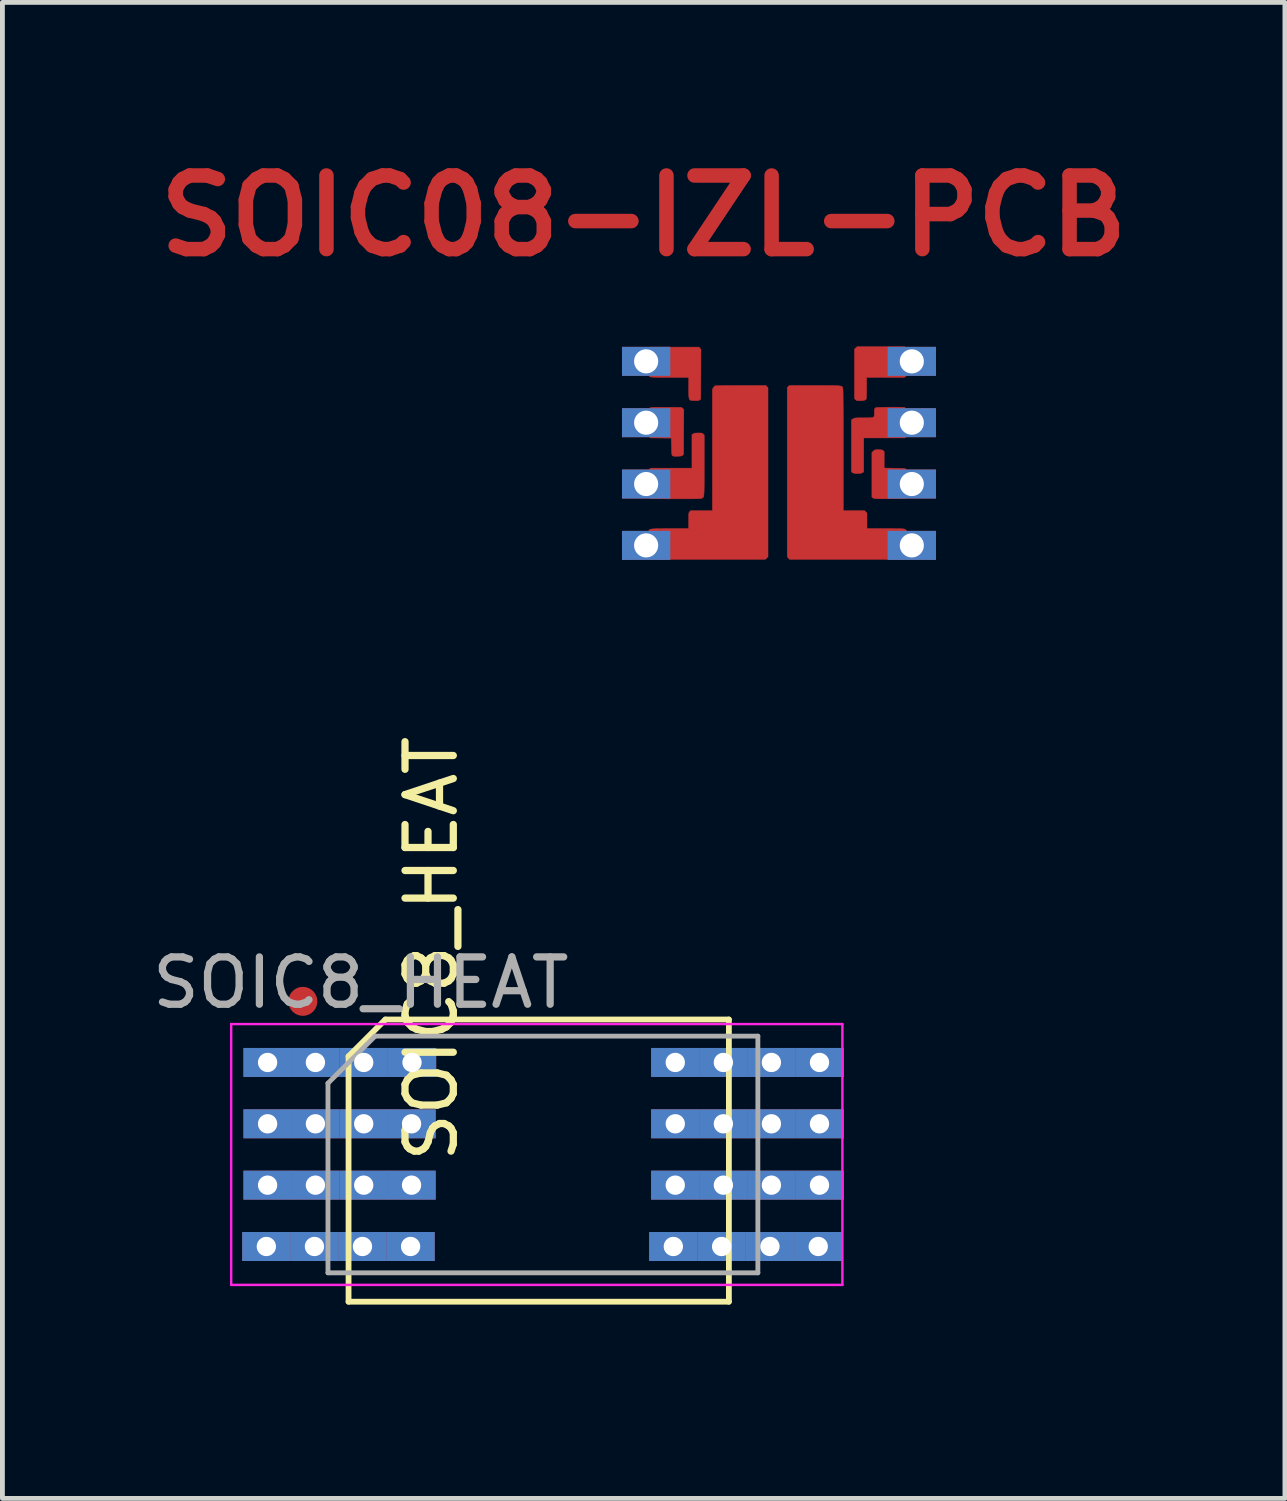
<source format=kicad_pcb>
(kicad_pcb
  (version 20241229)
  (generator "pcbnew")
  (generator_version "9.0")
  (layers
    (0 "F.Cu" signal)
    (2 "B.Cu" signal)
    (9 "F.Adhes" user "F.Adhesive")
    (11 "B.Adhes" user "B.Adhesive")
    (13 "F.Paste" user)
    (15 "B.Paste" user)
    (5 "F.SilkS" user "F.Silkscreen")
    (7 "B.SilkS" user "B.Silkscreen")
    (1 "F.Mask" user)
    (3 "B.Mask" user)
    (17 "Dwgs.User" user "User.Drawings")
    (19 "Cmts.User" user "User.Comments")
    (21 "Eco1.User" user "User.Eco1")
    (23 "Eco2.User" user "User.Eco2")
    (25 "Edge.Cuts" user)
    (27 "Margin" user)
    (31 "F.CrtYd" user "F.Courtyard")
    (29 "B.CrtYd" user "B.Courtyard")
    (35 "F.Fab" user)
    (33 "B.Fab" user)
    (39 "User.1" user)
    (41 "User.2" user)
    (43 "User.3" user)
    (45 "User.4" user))
  (footprint "SOIC8_HEAT"
    (layer "F.Cu")
    (at 5.69 20.851)
    (property "Reference" "SOIC8_HEAT" (at 0.19 -4.26 270) (layer "F.SilkS") (effects (font (size 1 1) (thickness 0.15))))
    (attr smd)
    (fp_circle (center -2.47 -3.17) (end -2.32 -3.17) (stroke (width 0.3) (type solid)) (fill no) (layer "F.Cu"))
    (fp_poly (pts (xy -3.89 -3.55) (xy 8.84 -3.57) (xy 8.84 4.05) (xy -3.89 4.07)) (stroke (width 0.1) (type solid)) (fill yes) (layer "F.Mask"))
    (fp_poly (pts (xy -3.89 -3.57) (xy 8.83 -3.57) (xy 8.83 4.05) (xy -3.89 4.05)) (stroke (width 0.1) (type solid)) (fill yes) (layer "B.Mask"))
    (fp_line (start -1.524 3.048) (end -1.524 -2.032) (stroke (width 0.12) (type solid)) (layer "F.SilkS"))
    (fp_line (start -0.762 -2.794) (end -1.524 -2.032) (stroke (width 0.12) (type solid)) (layer "F.SilkS"))
    (fp_line (start 6.35 -2.794) (end -0.762 -2.794) (stroke (width 0.12) (type solid)) (layer "F.SilkS"))
    (fp_line (start 6.35 3.048) (end -1.524 3.048) (stroke (width 0.12) (type solid)) (layer "F.SilkS"))
    (fp_line (start 6.35 3.048) (end 6.35 -2.794) (stroke (width 0.12) (type solid)) (layer "F.SilkS"))
    (fp_line (start -3.954 -2.7) (end -3.954 2.7) (stroke (width 0.05) (type solid)) (layer "F.CrtYd"))
    (fp_line (start -3.954 2.7) (end 8.7 2.7) (stroke (width 0.05) (type solid)) (layer "F.CrtYd"))
    (fp_line (start 8.7 -2.7) (end -3.954 -2.7) (stroke (width 0.05) (type solid)) (layer "F.CrtYd"))
    (fp_line (start 8.7 2.7) (end 8.7 -2.7) (stroke (width 0.05) (type solid)) (layer "F.CrtYd"))
    (fp_line (start -1.95 -1.475) (end -0.975 -2.45) (stroke (width 0.1) (type solid)) (layer "F.Fab"))
    (fp_line (start -1.95 2.45) (end -1.95 -1.475) (stroke (width 0.1) (type solid)) (layer "F.Fab"))
    (fp_line (start -0.975 -2.45) (end 6.95 -2.45) (stroke (width 0.1) (type solid)) (layer "F.Fab"))
    (fp_line (start 6.95 -2.45) (end 6.95 2.45) (stroke (width 0.1) (type solid)) (layer "F.Fab"))
    (fp_line (start 6.95 2.45) (end -1.95 2.45) (stroke (width 0.1) (type solid)) (layer "F.Fab"))
    (fp_text user "${REFERENCE}" (at -1.27 -3.556 0) (layer "F.Fab") (effects (font (size 0.98 0.98) (thickness 0.15))))
    (pad "1" thru_hole rect (at -3.2 -1.905 90) (size 0.6 1) (drill 0.4) (layers "*.Cu" "*.Mask"))
    (pad "1" thru_hole rect (at -2.21 -1.905 90) (size 0.6 1) (drill 0.4) (layers "*.Cu" "*.Mask"))
    (pad "1" thru_hole rect (at -1.21 -1.905 90) (size 0.6 1) (drill 0.4) (layers "*.Cu" "*.Mask"))
    (pad "1" thru_hole rect (at -0.21 -1.905 90) (size 0.6 1) (drill 0.4) (layers "*.Cu" "*.Mask"))
    (pad "2" thru_hole rect (at -3.2 -0.635 90) (size 0.6 1) (drill 0.4) (layers "*.Cu" "*.Mask"))
    (pad "2" thru_hole rect (at -2.21 -0.635 90) (size 0.6 1) (drill 0.4) (layers "*.Cu" "*.Mask"))
    (pad "2" thru_hole rect (at -1.21 -0.635 90) (size 0.6 1) (drill 0.4) (layers "*.Cu" "*.Mask"))
    (pad "2" thru_hole rect (at -0.22 -0.635 90) (size 0.6 1) (drill 0.4) (layers "*.Cu" "*.Mask"))
    (pad "3" thru_hole rect (at -3.2 0.635 90) (size 0.6 1) (drill 0.4) (layers "*.Cu" "*.Mask"))
    (pad "3" thru_hole rect (at -2.21 0.635 90) (size 0.6 1) (drill 0.4) (layers "*.Cu" "*.Mask"))
    (pad "3" thru_hole rect (at -1.21 0.635 90) (size 0.6 1) (drill 0.4) (layers "*.Cu" "*.Mask"))
    (pad "3" thru_hole rect (at -0.22 0.635 90) (size 0.6 1) (drill 0.4) (layers "*.Cu" "*.Mask"))
    (pad "4" thru_hole rect (at -3.226 1.905 90) (size 0.6 1) (drill 0.4) (layers "*.Cu" "*.Mask"))
    (pad "4" thru_hole rect (at -2.23 1.905 90) (size 0.6 1) (drill 0.4) (layers "*.Cu" "*.Mask"))
    (pad "4" thru_hole rect (at -1.236 1.905 90) (size 0.6 1) (drill 0.4) (layers "*.Cu" "*.Mask"))
    (pad "4" thru_hole rect (at -0.24 1.905 90) (size 0.6 1) (drill 0.4) (layers "*.Cu" "*.Mask"))
    (pad "5" thru_hole rect (at 5.2 1.905 90) (size 0.6 1) (drill 0.4) (layers "*.Cu" "*.Mask"))
    (pad "5" thru_hole rect (at 6.2 1.905 90) (size 0.6 1) (drill 0.4) (layers "*.Cu" "*.Mask"))
    (pad "5" thru_hole rect (at 7.2 1.905 90) (size 0.6 1) (drill 0.4) (layers "*.Cu" "*.Mask"))
    (pad "5" thru_hole rect (at 8.2 1.905 90) (size 0.6 1) (drill 0.4) (layers "*.Cu" "*.Mask"))
    (pad "6" thru_hole rect (at 5.24 0.635 90) (size 0.6 1) (drill 0.4) (layers "*.Cu" "*.Mask"))
    (pad "6" thru_hole rect (at 6.236 0.635 90) (size 0.6 1) (drill 0.4) (layers "*.Cu" "*.Mask"))
    (pad "6" thru_hole rect (at 7.23 0.635 90) (size 0.6 1) (drill 0.4) (layers "*.Cu" "*.Mask"))
    (pad "6" thru_hole rect (at 8.226 0.635 90) (size 0.6 1) (drill 0.4) (layers "*.Cu" "*.Mask"))
    (pad "7" thru_hole rect (at 5.24 -0.635 90) (size 0.6 1) (drill 0.4) (layers "*.Cu" "*.Mask"))
    (pad "7" thru_hole rect (at 6.236 -0.635 90) (size 0.6 1) (drill 0.4) (layers "*.Cu" "*.Mask"))
    (pad "7" thru_hole rect (at 7.23 -0.635 90) (size 0.6 1) (drill 0.4) (layers "*.Cu" "*.Mask"))
    (pad "7" thru_hole rect (at 8.226 -0.635 90) (size 0.6 1) (drill 0.4) (layers "*.Cu" "*.Mask"))
    (pad "8" thru_hole rect (at 5.24 -1.905 90) (size 0.6 1) (drill 0.4) (layers "*.Cu" "*.Mask"))
    (pad "8" thru_hole rect (at 6.236 -1.905 90) (size 0.6 1) (drill 0.4) (layers "*.Cu" "*.Mask"))
    (pad "8" thru_hole rect (at 7.23 -1.905 90) (size 0.6 1) (drill 0.4) (layers "*.Cu" "*.Mask"))
    (pad "8" thru_hole rect (at 8.226 -1.905 90) (size 0.6 1) (drill 0.4) (layers "*.Cu" "*.Mask")))
  (footprint "SOIC08-IZL-PCB"
    (layer "F.Cu")
    (at 10.378 8.835)
    (property "Reference" "SOIC08-IZL-PCB" (at -0.102 -7.417 0) (layer "F.Cu") (effects (font (size 1.524 1.524) (thickness 0.3))))
    (attr through_hole)
    (fp_poly (pts (xy 5.323 -4.687) (xy 5.347 -4.667) (xy 5.347 -4.113) (xy 5.296 -4.073) (xy 4.904 -4.073) (xy 4.513 -4.072) (xy 4.513 -3.857) (xy 4.513 -3.798) (xy 4.512 -3.744) (xy 4.511 -3.697) (xy 4.51 -3.661) (xy 4.509 -3.637) (xy 4.507 -3.628) (xy 4.493 -3.61) (xy 4.465 -3.598) (xy 4.422 -3.591) (xy 4.379 -3.59) (xy 4.343 -3.59) (xy 4.319 -3.592) (xy 4.303 -3.596) (xy 4.292 -3.604) (xy 4.283 -3.612) (xy 4.263 -3.634) (xy 4.263 -4.658) (xy 4.318 -4.707) (xy 4.809 -4.707) (xy 5.299 -4.707) (xy 5.323 -4.687)) (stroke (width 0.01) (type solid)) (fill yes) (layer "F.Cu"))
    (fp_poly (pts (xy 0.338 -3.453) (xy 0.391 -3.453) (xy 0.684 -3.45) (xy 0.707 -3.429) (xy 0.729 -3.409) (xy 0.726 -2.945) (xy 0.724 -2.481) (xy 0.705 -2.462) (xy 0.694 -2.453) (xy 0.681 -2.447) (xy 0.661 -2.443) (xy 0.632 -2.441) (xy 0.599 -2.44) (xy 0.555 -2.439) (xy 0.526 -2.441) (xy 0.506 -2.444) (xy 0.495 -2.45) (xy 0.49 -2.455) (xy 0.485 -2.463) (xy 0.482 -2.475) (xy 0.48 -2.495) (xy 0.478 -2.524) (xy 0.476 -2.565) (xy 0.475 -2.619) (xy 0.474 -2.639) (xy 0.47 -2.815) (xy 0.253 -2.817) (xy 0.037 -2.82) (xy 0.016 -2.841) (xy -0.004 -2.863) (xy -0.007 -3.125) (xy -0.007 -3.199) (xy -0.008 -3.258) (xy -0.008 -3.304) (xy -0.007 -3.338) (xy -0.006 -3.364) (xy -0.004 -3.382) (xy -0.001 -3.395) (xy 0.002 -3.405) (xy 0.007 -3.414) (xy 0.009 -3.416) (xy 0.025 -3.437) (xy 0.046 -3.447) (xy 0.062 -3.45) (xy 0.079 -3.451) (xy 0.11 -3.452) (xy 0.154 -3.453) (xy 0.208 -3.453) (xy 0.27 -3.453) (xy 0.338 -3.453)) (stroke (width 0.01) (type solid)) (fill yes) (layer "F.Cu"))
    (fp_poly (pts (xy 1.063 -4.676) (xy 1.084 -4.654) (xy 1.079 -3.623) (xy 1.058 -3.607) (xy 1.045 -3.598) (xy 1.027 -3.593) (xy 1 -3.591) (xy 0.961 -3.591) (xy 0.961 -3.591) (xy 0.925 -3.592) (xy 0.893 -3.594) (xy 0.871 -3.598) (xy 0.867 -3.6) (xy 0.856 -3.606) (xy 0.847 -3.615) (xy 0.841 -3.629) (xy 0.836 -3.649) (xy 0.833 -3.678) (xy 0.831 -3.717) (xy 0.83 -3.769) (xy 0.83 -3.835) (xy 0.83 -3.861) (xy 0.83 -4.072) (xy 0.445 -4.072) (xy 0.345 -4.073) (xy 0.261 -4.073) (xy 0.191 -4.074) (xy 0.136 -4.075) (xy 0.094 -4.076) (xy 0.064 -4.078) (xy 0.045 -4.081) (xy 0.038 -4.083) (xy 0.025 -4.089) (xy 0.015 -4.097) (xy 0.008 -4.108) (xy 0.002 -4.124) (xy -0.003 -4.148) (xy -0.005 -4.179) (xy -0.007 -4.222) (xy -0.008 -4.276) (xy -0.008 -4.345) (xy -0.008 -4.392) (xy -0.008 -4.464) (xy -0.008 -4.522) (xy -0.008 -4.566) (xy -0.006 -4.6) (xy -0.005 -4.624) (xy -0.003 -4.642) (xy 0.000412 -4.655) (xy 0.004 -4.664) (xy 0.008 -4.671) (xy 0.025 -4.699) (xy 1.042 -4.699) (xy 1.063 -4.676)) (stroke (width 0.01) (type solid)) (fill yes) (layer "F.Cu"))
    (fp_poly (pts (xy 2.451 -3.88) (xy 2.472 -3.857) (xy 2.472 -0.359) (xy 2.416 -0.305) (xy 0.043 -0.305) (xy 0.02 -0.325) (xy -0.004 -0.346) (xy -0.007 -0.598) (xy -0.007 -0.687) (xy -0.007 -0.76) (xy -0.006 -0.816) (xy -0.004 -0.856) (xy -0.001 -0.88) (xy -0.000206 -0.883) (xy 0.004 -0.895) (xy 0.008 -0.906) (xy 0.015 -0.915) (xy 0.024 -0.922) (xy 0.039 -0.928) (xy 0.06 -0.932) (xy 0.089 -0.935) (xy 0.127 -0.937) (xy 0.175 -0.939) (xy 0.235 -0.939) (xy 0.309 -0.94) (xy 0.398 -0.94) (xy 0.83 -0.94) (xy 0.83 -1.105) (xy 0.83 -1.162) (xy 0.83 -1.204) (xy 0.831 -1.235) (xy 0.833 -1.256) (xy 0.836 -1.27) (xy 0.84 -1.279) (xy 0.846 -1.287) (xy 0.851 -1.292) (xy 0.871 -1.312) (xy 1.321 -1.312) (xy 1.321 -3.826) (xy 1.339 -3.856) (xy 1.354 -3.878) (xy 1.369 -3.893) (xy 1.372 -3.895) (xy 1.384 -3.897) (xy 1.412 -3.898) (xy 1.455 -3.9) (xy 1.512 -3.901) (xy 1.584 -3.902) (xy 1.668 -3.902) (xy 1.764 -3.903) (xy 1.872 -3.903) (xy 1.908 -3.903) (xy 2.429 -3.903) (xy 2.451 -3.88)) (stroke (width 0.01) (type solid)) (fill yes) (layer "F.Cu"))
    (fp_poly (pts (xy 4.795 -2.573) (xy 4.821 -2.571) (xy 4.839 -2.566) (xy 4.852 -2.558) (xy 4.854 -2.556) (xy 4.877 -2.539) (xy 4.877 -2.195) (xy 5.093 -2.191) (xy 5.159 -2.19) (xy 5.21 -2.189) (xy 5.249 -2.188) (xy 5.277 -2.186) (xy 5.296 -2.184) (xy 5.309 -2.181) (xy 5.318 -2.177) (xy 5.325 -2.172) (xy 5.328 -2.169) (xy 5.333 -2.164) (xy 5.337 -2.157) (xy 5.34 -2.148) (xy 5.343 -2.135) (xy 5.344 -2.116) (xy 5.346 -2.088) (xy 5.346 -2.05) (xy 5.347 -2.001) (xy 5.347 -1.938) (xy 5.347 -1.875) (xy 5.347 -1.8) (xy 5.347 -1.74) (xy 5.346 -1.693) (xy 5.345 -1.657) (xy 5.344 -1.631) (xy 5.342 -1.613) (xy 5.34 -1.6) (xy 5.336 -1.592) (xy 5.332 -1.586) (xy 5.327 -1.581) (xy 5.308 -1.562) (xy 4.993 -1.56) (xy 4.911 -1.559) (xy 4.845 -1.559) (xy 4.792 -1.559) (xy 4.751 -1.559) (xy 4.72 -1.56) (xy 4.697 -1.562) (xy 4.68 -1.564) (xy 4.668 -1.566) (xy 4.659 -1.57) (xy 4.651 -1.574) (xy 4.65 -1.575) (xy 4.623 -1.591) (xy 4.623 -2.516) (xy 4.652 -2.545) (xy 4.666 -2.559) (xy 4.679 -2.567) (xy 4.694 -2.572) (xy 4.717 -2.574) (xy 4.751 -2.574) (xy 4.756 -2.574) (xy 4.795 -2.573)) (stroke (width 0.01) (type solid)) (fill yes) (layer "F.Cu"))
    (fp_poly (pts (xy 1.068 -2.921) (xy 1.093 -2.919) (xy 1.11 -2.915) (xy 1.122 -2.907) (xy 1.13 -2.901) (xy 1.151 -2.881) (xy 1.151 -2.247) (xy 1.151 -2.127) (xy 1.151 -2.023) (xy 1.151 -1.933) (xy 1.151 -1.857) (xy 1.15 -1.794) (xy 1.149 -1.741) (xy 1.148 -1.698) (xy 1.146 -1.665) (xy 1.144 -1.638) (xy 1.141 -1.619) (xy 1.137 -1.604) (xy 1.133 -1.594) (xy 1.128 -1.587) (xy 1.122 -1.582) (xy 1.115 -1.577) (xy 1.107 -1.573) (xy 1.102 -1.57) (xy 1.094 -1.567) (xy 1.082 -1.565) (xy 1.066 -1.563) (xy 1.044 -1.561) (xy 1.015 -1.56) (xy 0.977 -1.559) (xy 0.929 -1.559) (xy 0.87 -1.558) (xy 0.798 -1.558) (xy 0.712 -1.558) (xy 0.611 -1.558) (xy 0.57 -1.558) (xy 0.457 -1.558) (xy 0.36 -1.558) (xy 0.278 -1.559) (xy 0.21 -1.56) (xy 0.155 -1.56) (xy 0.111 -1.562) (xy 0.078 -1.563) (xy 0.055 -1.565) (xy 0.04 -1.567) (xy 0.034 -1.569) (xy 0.023 -1.575) (xy 0.013 -1.583) (xy 0.006 -1.593) (xy 0.001 -1.609) (xy -0.003 -1.631) (xy -0.005 -1.661) (xy -0.007 -1.702) (xy -0.007 -1.754) (xy -0.007 -1.82) (xy -0.006 -1.887) (xy -0.004 -2.152) (xy 0.02 -2.172) (xy 0.043 -2.193) (xy 0.897 -2.193) (xy 0.897 -2.887) (xy 0.925 -2.904) (xy 0.943 -2.913) (xy 0.964 -2.918) (xy 0.994 -2.92) (xy 1.03 -2.921) (xy 1.068 -2.921)) (stroke (width 0.01) (type solid)) (fill yes) (layer "F.Cu"))
    (fp_poly (pts (xy 3.645 -3.903) (xy 3.726 -3.903) (xy 3.794 -3.902) (xy 3.851 -3.901) (xy 3.896 -3.9) (xy 3.932 -3.898) (xy 3.959 -3.895) (xy 3.98 -3.891) (xy 3.994 -3.887) (xy 4.004 -3.881) (xy 4.011 -3.874) (xy 4.015 -3.866) (xy 4.019 -3.857) (xy 4.021 -3.851) (xy 4.022 -3.842) (xy 4.023 -3.82) (xy 4.025 -3.787) (xy 4.026 -3.741) (xy 4.027 -3.683) (xy 4.027 -3.612) (xy 4.028 -3.526) (xy 4.029 -3.427) (xy 4.029 -3.313) (xy 4.03 -3.185) (xy 4.03 -3.041) (xy 4.03 -2.881) (xy 4.03 -2.705) (xy 4.03 -2.568) (xy 4.03 -1.312) (xy 4.472 -1.312) (xy 4.497 -1.286) (xy 4.521 -1.26) (xy 4.521 -0.94) (xy 4.904 -0.94) (xy 4.995 -0.94) (xy 5.07 -0.94) (xy 5.132 -0.939) (xy 5.181 -0.939) (xy 5.22 -0.938) (xy 5.249 -0.937) (xy 5.271 -0.935) (xy 5.287 -0.933) (xy 5.299 -0.931) (xy 5.307 -0.927) (xy 5.314 -0.923) (xy 5.314 -0.923) (xy 5.324 -0.916) (xy 5.332 -0.908) (xy 5.339 -0.897) (xy 5.343 -0.881) (xy 5.347 -0.858) (xy 5.349 -0.826) (xy 5.35 -0.785) (xy 5.35 -0.732) (xy 5.35 -0.665) (xy 5.349 -0.59) (xy 5.347 -0.346) (xy 5.323 -0.325) (xy 5.299 -0.305) (xy 2.917 -0.305) (xy 2.893 -0.332) (xy 2.87 -0.359) (xy 2.87 -3.862) (xy 2.891 -3.882) (xy 2.912 -3.903) (xy 3.549 -3.903) (xy 3.645 -3.903)) (stroke (width 0.01) (type solid)) (fill yes) (layer "F.Cu"))
    (fp_poly (pts (xy 5.131 -3.455) (xy 5.185 -3.454) (xy 5.231 -3.453) (xy 5.268 -3.452) (xy 5.291 -3.45) (xy 5.298 -3.449) (xy 5.315 -3.439) (xy 5.332 -3.42) (xy 5.334 -3.416) (xy 5.339 -3.407) (xy 5.343 -3.398) (xy 5.346 -3.386) (xy 5.348 -3.369) (xy 5.349 -3.345) (xy 5.35 -3.313) (xy 5.35 -3.27) (xy 5.35 -3.214) (xy 5.349 -3.144) (xy 5.349 -3.125) (xy 5.347 -2.863) (xy 5.326 -2.841) (xy 5.306 -2.819) (xy 4.453 -2.819) (xy 4.453 -2.116) (xy 4.426 -2.1) (xy 4.399 -2.089) (xy 4.362 -2.083) (xy 4.321 -2.081) (xy 4.28 -2.083) (xy 4.246 -2.09) (xy 4.222 -2.1) (xy 4.222 -2.1) (xy 4.199 -2.118) (xy 4.199 -3.192) (xy 4.233 -3.213) (xy 4.244 -3.22) (xy 4.255 -3.225) (xy 4.268 -3.229) (xy 4.286 -3.231) (xy 4.31 -3.233) (xy 4.344 -3.234) (xy 4.389 -3.234) (xy 4.449 -3.234) (xy 4.456 -3.234) (xy 4.522 -3.234) (xy 4.574 -3.235) (xy 4.612 -3.237) (xy 4.639 -3.241) (xy 4.657 -3.249) (xy 4.667 -3.261) (xy 4.672 -3.278) (xy 4.674 -3.302) (xy 4.674 -3.332) (xy 4.674 -3.341) (xy 4.674 -3.381) (xy 4.676 -3.407) (xy 4.681 -3.424) (xy 4.69 -3.435) (xy 4.703 -3.444) (xy 4.705 -3.445) (xy 4.717 -3.447) (xy 4.744 -3.449) (xy 4.783 -3.451) (xy 4.831 -3.452) (xy 4.887 -3.453) (xy 4.947 -3.454) (xy 5.009 -3.455) (xy 5.071 -3.455) (xy 5.131 -3.455)) (stroke (width 0.01) (type solid)) (fill yes) (layer "F.Cu"))
    (fp_poly (pts (xy -0.559 -4.724) (xy -0.559 -0.279) (xy 5.944 -0.279) (xy 5.944 -4.724)) (stroke (width 0.1) (type solid)) (fill yes) (layer "F.Mask"))
    (fp_poly (pts (xy -0.559 -4.724) (xy -0.559 -0.279) (xy 5.944 -0.279) (xy 5.944 -4.724)) (stroke (width 0.1) (type solid)) (fill yes) (layer "B.Mask"))
    (pad "1" thru_hole rect (at -0.051 -4.404) (size 1 0.6) (drill 0.5) (layers "*.Cu" "*.Mask"))
    (pad "2" thru_hole rect (at -0.051 -3.134) (size 1 0.6) (drill 0.5) (layers "*.Cu" "*.Mask"))
    (pad "3" thru_hole rect (at -0.051 -1.864) (size 1 0.6) (drill 0.5) (layers "*.Cu" "*.Mask"))
    (pad "4" thru_hole rect (at -0.051 -0.594) (size 1 0.6) (drill 0.5) (layers "*.Cu" "*.Mask"))
    (pad "5" thru_hole rect (at 5.449 -0.594) (size 1 0.6) (drill 0.5) (layers "*.Cu" "*.Mask"))
    (pad "6" thru_hole rect (at 5.449 -1.864) (size 1 0.6) (drill 0.5) (layers "*.Cu" "*.Mask"))
    (pad "7" thru_hole rect (at 5.449 -3.134) (size 1 0.6) (drill 0.5) (layers "*.Cu" "*.Mask"))
    (pad "8" thru_hole rect (at 5.449 -4.404) (size 1 0.6) (drill 0.5) (layers "*.Cu" "*.Mask")))
  (gr_rect
    (start -3 -3)
    (end 23.552 27.971)
    (stroke (width 0.1) (type default))
    (fill no)
    (layer "Edge.Cuts")))
</source>
